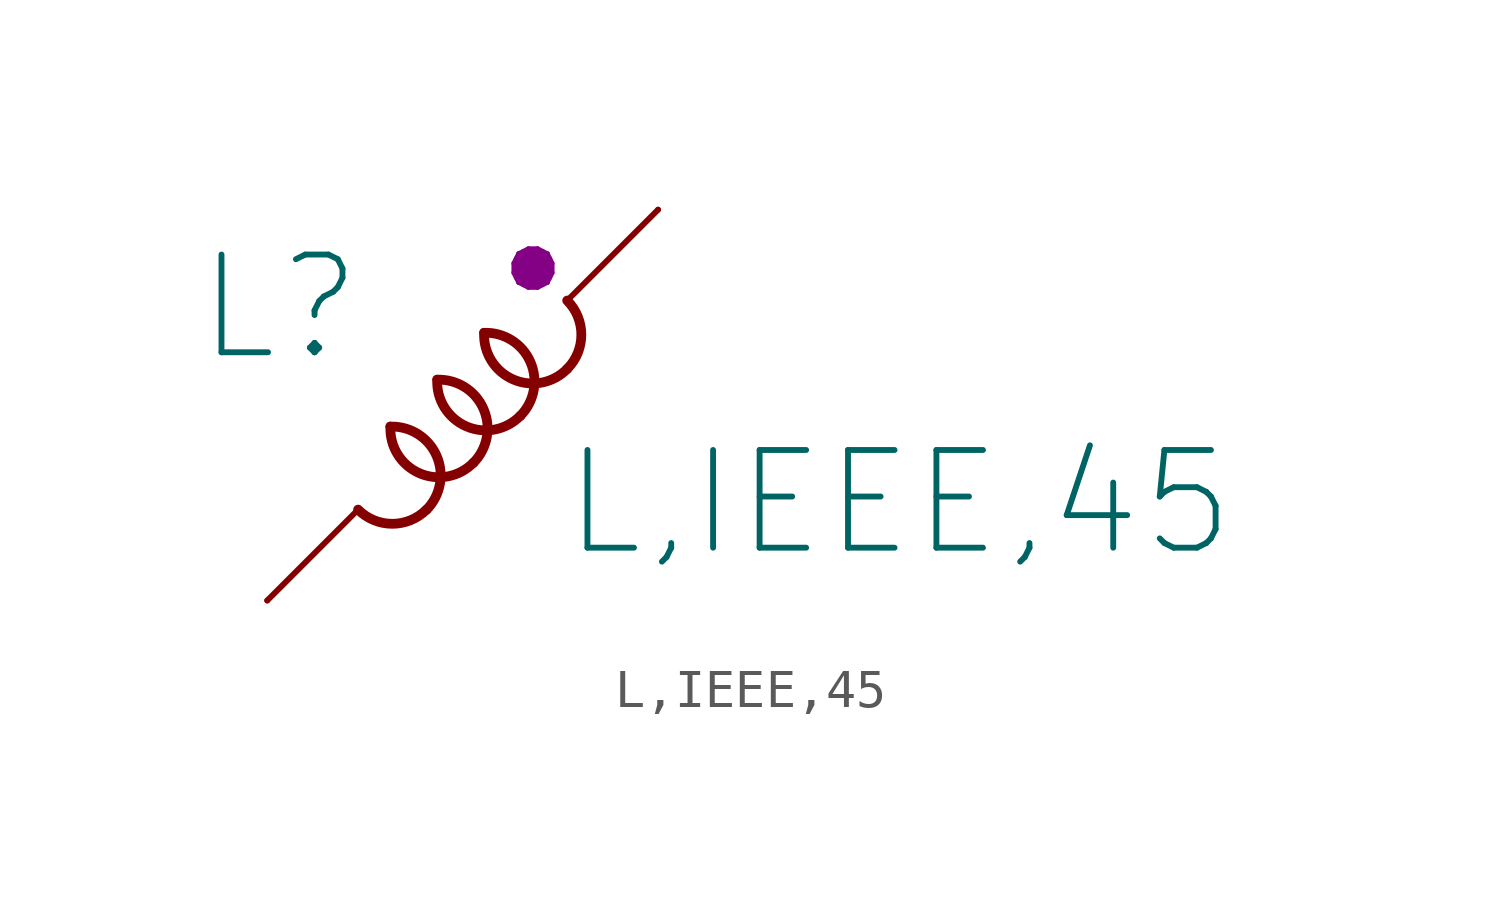
<source format=kicad_sym>
(kicad_symbol_lib
  (version 20211014)
  (generator kicad_symbol_editor)
  (symbol "L,IEEE,45"
    (pin_numbers hide)
    (pin_names
      (offset 0) hide)
    (property "Reference" "L"
      (at -2.54 2.54 0)
      (effects (font (size 2.54 2.54)) (justify right)))
    (property "Value" "L,IEEE,45"
      (at 2.54 -2.54 0)
      (effects (font (size 2.54 2.54)) (justify left)))
    (property "Indicator" "●"
      (at 1.829 3.658 0)
      (effects (font (size 1.27 1.27))))
    (symbol "L,IEEE,45_1_1"
      (arc (start -2.7178 -2.7178) (mid -1.8288 -3.086) (end -0.9398 -2.7178) (stroke (width 0.254) (type default) (color 0 0 0 0)) (fill (type none)))
      (arc (start -1.8796 -0.5588) (mid -1.1194 -1.7739) (end 0.2794 -1.4986) (stroke (width 0.254) (type default) (color 0 0 0 0)) (fill (type none)))
      (arc (start -0.9398 -2.7178) (mid -0.6771 -1.3246) (end -1.8796 -0.5588) (stroke (width 0.254) (type default) (color 0 0 0 0)) (fill (type none)))
      (arc (start -0.6604 0.6604) (mid 0.0998 -0.5547) (end 1.4986 -0.2794) (stroke (width 0.254) (type default) (color 0 0 0 0)) (fill (type none)))
      (polyline (pts (xy -5.08 -5.08) (xy -2.743 -2.743)) (stroke (width 0) (type default) (color 0 0 0 0)) (fill (type none)))
      (polyline (pts (xy 5.08 5.08) (xy 2.743 2.743)) (stroke (width 0) (type default) (color 0 0 0 0)) (fill (type none)))
      (arc (start 0.2794 -1.4986) (mid 0.5421 -0.1054) (end -0.6604 0.6604) (stroke (width 0.254) (type default) (color 0 0 0 0)) (fill (type none)))
      (arc (start 0.5588 1.8796) (mid 1.319 0.6645) (end 2.7178 0.9398) (stroke (width 0.254) (type default) (color 0 0 0 0)) (fill (type none)))
      (arc (start 1.4986 -0.2794) (mid 1.7613 1.1138) (end 0.5588 1.8796) (stroke (width 0.254) (type default) (color 0 0 0 0)) (fill (type none)))
      (arc (start 2.7178 0.9398) (mid 3.086 1.8288) (end 2.7178 2.7178) (stroke (width 0.254) (type default) (color 0 0 0 0)) (fill (type none)))
      (pin passive line (at 5.08 5.08 270) (length 0) (name "+" (effects (font (size 1.27 1.27)))) (number "1" (effects (font (size 1.829 1.829)))))
      (pin passive line (at -5.08 -5.08 90) (length 0) (name "-" (effects (font (size 1.27 1.27)))) (number "2" (effects (font (size 1.829 1.829))))))))
</source>
